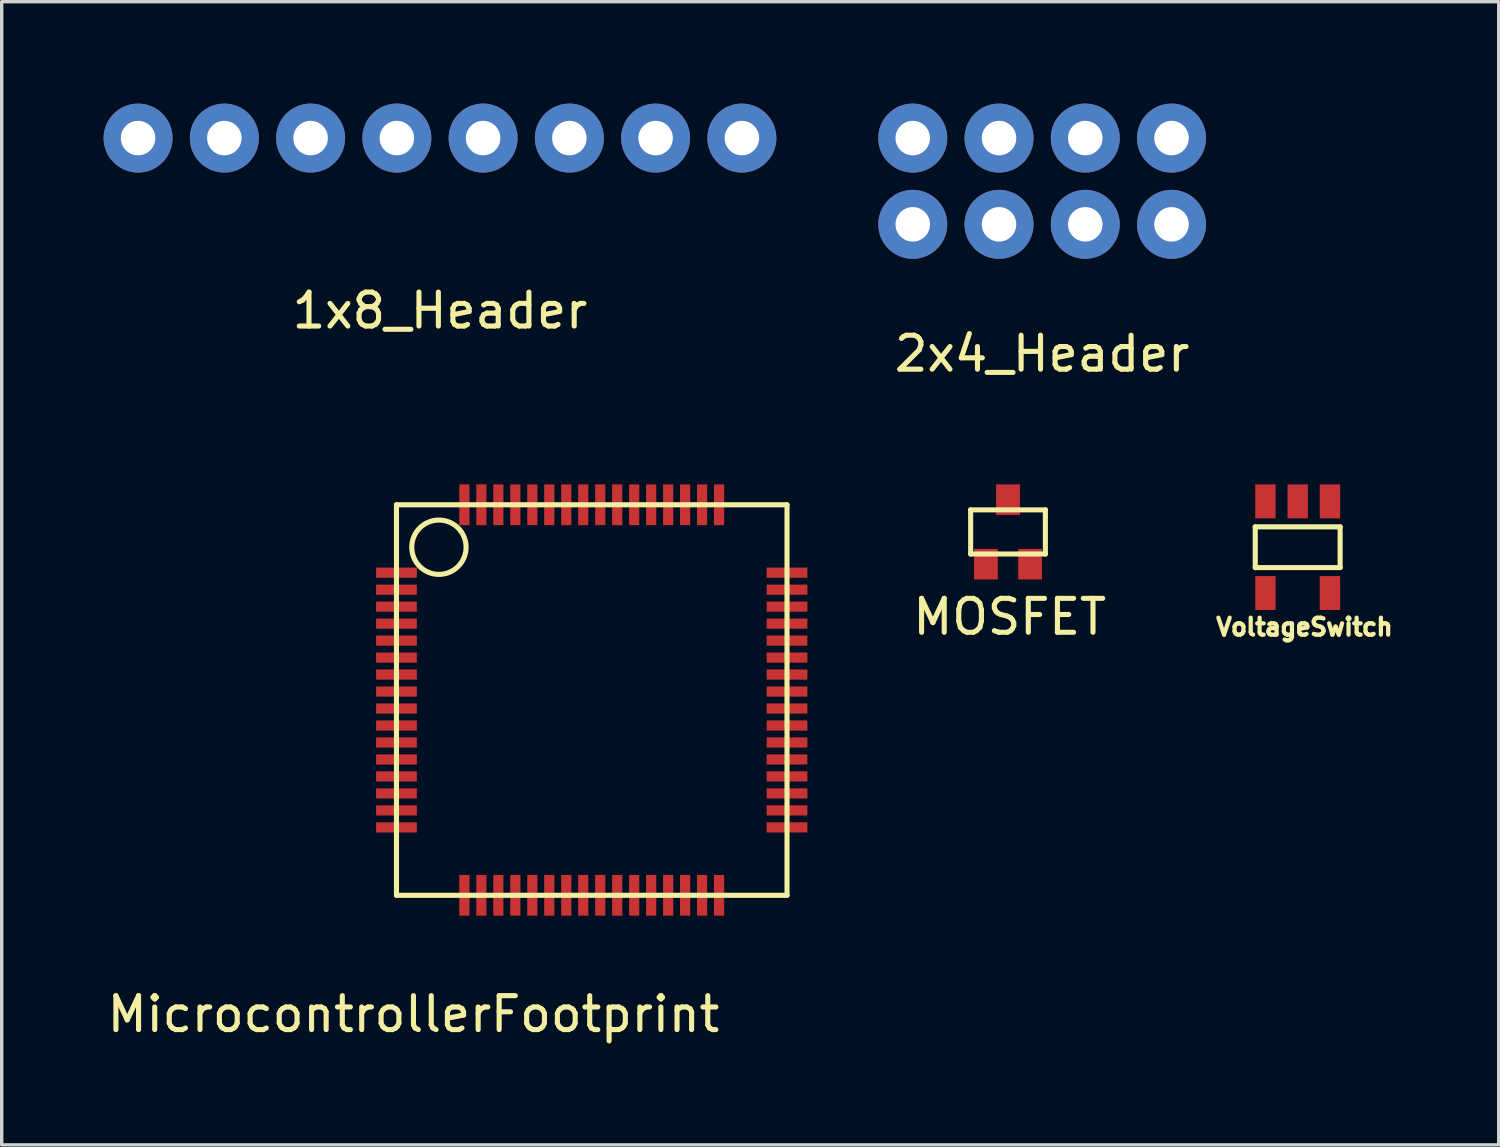
<source format=kicad_pcb>
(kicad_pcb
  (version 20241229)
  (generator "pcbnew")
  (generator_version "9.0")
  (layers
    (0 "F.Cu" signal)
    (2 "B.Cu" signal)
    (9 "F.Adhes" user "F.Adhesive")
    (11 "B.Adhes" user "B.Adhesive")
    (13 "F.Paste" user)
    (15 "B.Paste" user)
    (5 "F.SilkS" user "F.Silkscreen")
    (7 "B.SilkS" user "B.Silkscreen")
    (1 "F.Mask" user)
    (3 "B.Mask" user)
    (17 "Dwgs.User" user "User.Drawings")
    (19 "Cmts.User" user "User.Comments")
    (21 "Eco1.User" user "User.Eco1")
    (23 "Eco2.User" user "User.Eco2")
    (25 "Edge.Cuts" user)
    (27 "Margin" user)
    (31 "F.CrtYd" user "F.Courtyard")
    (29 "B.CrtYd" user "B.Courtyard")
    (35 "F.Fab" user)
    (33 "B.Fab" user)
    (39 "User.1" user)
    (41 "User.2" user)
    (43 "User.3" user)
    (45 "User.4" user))
  (footprint "2x4_Header"
    (layer "F.Cu")
    (at 27.638 2.286)
    (property "Reference" "2x4_Header" (at 0 5.08 0) (layer "F.SilkS") (effects (font (size 1 1) (thickness 0.15))))
    (attr through_hole)
    (pad "1" thru_hole circle (at -3.81 1.27) (size 2.032 2.032) (drill 1.016) (layers "*.Cu" "*.Mask"))
    (pad "2" thru_hole circle (at -1.27 1.27) (size 2.032 2.032) (drill 1.016) (layers "*.Cu" "*.Mask"))
    (pad "3" thru_hole circle (at 1.27 1.27) (size 2.032 2.032) (drill 1.016) (layers "*.Cu" "*.Mask"))
    (pad "4" thru_hole circle (at 3.81 1.27) (size 2.032 2.032) (drill 1.016) (layers "*.Cu" "*.Mask"))
    (pad "5" thru_hole circle (at -3.81 -1.27) (size 2.032 2.032) (drill 1.016) (layers "*.Cu" "*.Mask"))
    (pad "6" thru_hole circle (at -1.27 -1.27) (size 2.032 2.032) (drill 1.016) (layers "*.Cu" "*.Mask"))
    (pad "7" thru_hole circle (at 1.27 -1.27) (size 2.032 2.032) (drill 1.016) (layers "*.Cu" "*.Mask"))
    (pad "8" thru_hole circle (at 3.81 -1.27) (size 2.032 2.032) (drill 1.016) (layers "*.Cu" "*.Mask")))
  (footprint "VoltageSwitch"
    (layer "F.Cu")
    (at 35.163 14.414)
    (property "Reference" "VoltageSwitch" (at 0.2 1 0) (layer "F.SilkS") (effects (font (size 0.5 0.5) (thickness 0.125))))
    (attr through_hole)
    (fp_line (start -1.25 -1.95) (end 1.25 -1.95) (stroke (width 0.15) (type solid)) (layer "F.SilkS"))
    (fp_line (start -1.25 -0.75) (end -1.25 -1.95) (stroke (width 0.15) (type solid)) (layer "F.SilkS"))
    (fp_line (start 1.25 -1.95) (end 1.25 -0.75) (stroke (width 0.15) (type solid)) (layer "F.SilkS"))
    (fp_line (start 1.25 -0.75) (end -1.25 -0.75) (stroke (width 0.15) (type solid)) (layer "F.SilkS"))
    (pad "1" smd rect (at 0.95 -2.7) (size 0.6 1) (layers "F.Cu" "F.Mask" "F.Paste"))
    (pad "2" smd rect (at 0 -2.7) (size 0.6 1) (layers "F.Cu" "F.Mask" "F.Paste"))
    (pad "3" smd rect (at -0.95 -2.7) (size 0.6 1) (layers "F.Cu" "F.Mask" "F.Paste"))
    (pad "4" smd rect (at -0.95 0) (size 0.6 1) (layers "F.Cu" "F.Mask" "F.Paste"))
    (pad "5" smd rect (at 0.95 0) (size 0.6 1) (layers "F.Cu" "F.Mask" "F.Paste")))
  (footprint "1x8_Header"
    (layer "F.Cu")
    (at 9.906 1.016)
    (property "Reference" "1x8_Header" (at 0 5.08 0) (layer "F.SilkS") (effects (font (size 1 1) (thickness 0.15))))
    (attr through_hole)
    (pad "1" thru_hole circle (at -8.89 0) (size 2.032 2.032) (drill 1.016) (layers "*.Cu" "*.Mask"))
    (pad "2" thru_hole circle (at -6.35 0) (size 2.032 2.032) (drill 1.016) (layers "*.Cu" "*.Mask"))
    (pad "3" thru_hole circle (at -3.81 0) (size 2.032 2.032) (drill 1.016) (layers "*.Cu" "*.Mask"))
    (pad "4" thru_hole circle (at -1.27 0) (size 2.032 2.032) (drill 1.016) (layers "*.Cu" "*.Mask"))
    (pad "5" thru_hole circle (at 1.27 0) (size 2.032 2.032) (drill 1.016) (layers "*.Cu" "*.Mask"))
    (pad "6" thru_hole circle (at 3.81 0) (size 2.032 2.032) (drill 1.016) (layers "*.Cu" "*.Mask"))
    (pad "7" thru_hole circle (at 6.35 0) (size 2.032 2.032) (drill 1.016) (layers "*.Cu" "*.Mask"))
    (pad "8" thru_hole circle (at 8.89 0) (size 2.032 2.032) (drill 1.016) (layers "*.Cu" "*.Mask")))
  (footprint "MicrocontrollerFootprint"
    (layer "F.Cu")
    (at 14.375 17.564)
    (property "Reference" "MicrocontrollerFootprint" (at -5.25 9.25 0) (layer "F.SilkS") (effects (font (size 1 1) (thickness 0.15))))
    (attr through_hole)
    (fp_line (start -5.75 -5.75) (end -5.75 5.75) (stroke (width 0.15) (type solid)) (layer "F.SilkS"))
    (fp_line (start -5.75 5.75) (end 5.75 5.75) (stroke (width 0.15) (type solid)) (layer "F.SilkS"))
    (fp_line (start 5.75 -5.75) (end -5.75 -5.75) (stroke (width 0.15) (type solid)) (layer "F.SilkS"))
    (fp_line (start 5.75 5.75) (end 5.75 -5.75) (stroke (width 0.15) (type solid)) (layer "F.SilkS"))
    (fp_circle (center -4.5 -4.5) (end -4.5 -5.3) (stroke (width 0.15) (type solid)) (fill no) (layer "F.SilkS"))
    (pad "1" smd rect (at -5.75 -3.75) (size 1.2 0.3) (layers "F.Cu" "F.Mask" "F.Paste"))
    (pad "2" smd rect (at -5.75 -3.25) (size 1.2 0.3) (layers "F.Cu" "F.Mask" "F.Paste"))
    (pad "3" smd rect (at -5.75 -2.75) (size 1.2 0.3) (layers "F.Cu" "F.Mask" "F.Paste"))
    (pad "4" smd rect (at -5.75 -2.25) (size 1.2 0.3) (layers "F.Cu" "F.Mask" "F.Paste"))
    (pad "5" smd rect (at -5.75 -1.75) (size 1.2 0.3) (layers "F.Cu" "F.Mask" "F.Paste"))
    (pad "6" smd rect (at -5.75 -1.25) (size 1.2 0.3) (layers "F.Cu" "F.Mask" "F.Paste"))
    (pad "7" smd rect (at -5.75 -0.75) (size 1.2 0.3) (layers "F.Cu" "F.Mask" "F.Paste"))
    (pad "8" smd rect (at -5.75 -0.25) (size 1.2 0.3) (layers "F.Cu" "F.Mask" "F.Paste"))
    (pad "9" smd rect (at -5.75 0.25) (size 1.2 0.3) (layers "F.Cu" "F.Mask" "F.Paste"))
    (pad "10" smd rect (at -5.75 0.75) (size 1.2 0.3) (layers "F.Cu" "F.Mask" "F.Paste"))
    (pad "11" smd rect (at -5.75 1.25) (size 1.2 0.3) (layers "F.Cu" "F.Mask" "F.Paste"))
    (pad "12" smd rect (at -5.75 1.75) (size 1.2 0.3) (layers "F.Cu" "F.Mask" "F.Paste"))
    (pad "13" smd rect (at -5.75 2.25) (size 1.2 0.3) (layers "F.Cu" "F.Mask" "F.Paste"))
    (pad "14" smd rect (at -5.75 2.75) (size 1.2 0.3) (layers "F.Cu" "F.Mask" "F.Paste"))
    (pad "15" smd rect (at -5.75 3.25) (size 1.2 0.3) (layers "F.Cu" "F.Mask" "F.Paste"))
    (pad "16" smd rect (at -5.75 3.75) (size 1.2 0.3) (layers "F.Cu" "F.Mask" "F.Paste"))
    (pad "17" smd rect (at -3.75 5.75 90) (size 1.2 0.3) (layers "F.Cu" "F.Mask" "F.Paste"))
    (pad "18" smd rect (at -3.25 5.75 90) (size 1.2 0.3) (layers "F.Cu" "F.Mask" "F.Paste"))
    (pad "19" smd rect (at -2.75 5.75 90) (size 1.2 0.3) (layers "F.Cu" "F.Mask" "F.Paste"))
    (pad "20" smd rect (at -2.25 5.75 90) (size 1.2 0.3) (layers "F.Cu" "F.Mask" "F.Paste"))
    (pad "21" smd rect (at -1.75 5.75 90) (size 1.2 0.3) (layers "F.Cu" "F.Mask" "F.Paste"))
    (pad "22" smd rect (at -1.25 5.75 90) (size 1.2 0.3) (layers "F.Cu" "F.Mask" "F.Paste"))
    (pad "23" smd rect (at -0.75 5.75 90) (size 1.2 0.3) (layers "F.Cu" "F.Mask" "F.Paste"))
    (pad "24" smd rect (at -0.25 5.75 90) (size 1.2 0.3) (layers "F.Cu" "F.Mask" "F.Paste"))
    (pad "25" smd rect (at 0.25 5.75 90) (size 1.2 0.3) (layers "F.Cu" "F.Mask" "F.Paste"))
    (pad "26" smd rect (at 0.75 5.75 90) (size 1.2 0.3) (layers "F.Cu" "F.Mask" "F.Paste"))
    (pad "27" smd rect (at 1.25 5.75 90) (size 1.2 0.3) (layers "F.Cu" "F.Mask" "F.Paste"))
    (pad "28" smd rect (at 1.75 5.75 90) (size 1.2 0.3) (layers "F.Cu" "F.Mask" "F.Paste"))
    (pad "29" smd rect (at 2.25 5.75 90) (size 1.2 0.3) (layers "F.Cu" "F.Mask" "F.Paste"))
    (pad "30" smd rect (at 2.75 5.75 90) (size 1.2 0.3) (layers "F.Cu" "F.Mask" "F.Paste"))
    (pad "31" smd rect (at 3.25 5.75 90) (size 1.2 0.3) (layers "F.Cu" "F.Mask" "F.Paste"))
    (pad "32" smd rect (at 3.75 5.75 90) (size 1.2 0.3) (layers "F.Cu" "F.Mask" "F.Paste"))
    (pad "33" smd rect (at 5.75 3.75) (size 1.2 0.3) (layers "F.Cu" "F.Mask" "F.Paste"))
    (pad "34" smd rect (at 5.75 3.25) (size 1.2 0.3) (layers "F.Cu" "F.Mask" "F.Paste"))
    (pad "35" smd rect (at 5.75 2.75) (size 1.2 0.3) (layers "F.Cu" "F.Mask" "F.Paste"))
    (pad "36" smd rect (at 5.75 2.25) (size 1.2 0.3) (layers "F.Cu" "F.Mask" "F.Paste"))
    (pad "37" smd rect (at 5.75 1.75) (size 1.2 0.3) (layers "F.Cu" "F.Mask" "F.Paste"))
    (pad "38" smd rect (at 5.75 1.25) (size 1.2 0.3) (layers "F.Cu" "F.Mask" "F.Paste"))
    (pad "39" smd rect (at 5.75 0.75) (size 1.2 0.3) (layers "F.Cu" "F.Mask" "F.Paste"))
    (pad "40" smd rect (at 5.75 0.25) (size 1.2 0.3) (layers "F.Cu" "F.Mask" "F.Paste"))
    (pad "41" smd rect (at 5.75 -0.25) (size 1.2 0.3) (layers "F.Cu" "F.Mask" "F.Paste"))
    (pad "42" smd rect (at 5.75 -0.75) (size 1.2 0.3) (layers "F.Cu" "F.Mask" "F.Paste"))
    (pad "43" smd rect (at 5.75 -1.25) (size 1.2 0.3) (layers "F.Cu" "F.Mask" "F.Paste"))
    (pad "44" smd rect (at 5.75 -1.75) (size 1.2 0.3) (layers "F.Cu" "F.Mask" "F.Paste"))
    (pad "45" smd rect (at 5.75 -2.25) (size 1.2 0.3) (layers "F.Cu" "F.Mask" "F.Paste"))
    (pad "46" smd rect (at 5.75 -2.75) (size 1.2 0.3) (layers "F.Cu" "F.Mask" "F.Paste"))
    (pad "47" smd rect (at 5.75 -3.25) (size 1.2 0.3) (layers "F.Cu" "F.Mask" "F.Paste"))
    (pad "48" smd rect (at 5.75 -3.75) (size 1.2 0.3) (layers "F.Cu" "F.Mask" "F.Paste"))
    (pad "49" smd rect (at 3.75 -5.75 90) (size 1.2 0.3) (layers "F.Cu" "F.Mask" "F.Paste"))
    (pad "50" smd rect (at 3.25 -5.75 90) (size 1.2 0.3) (layers "F.Cu" "F.Mask" "F.Paste"))
    (pad "51" smd rect (at 2.75 -5.75 90) (size 1.2 0.3) (layers "F.Cu" "F.Mask" "F.Paste"))
    (pad "52" smd rect (at 2.25 -5.75 90) (size 1.2 0.3) (layers "F.Cu" "F.Mask" "F.Paste"))
    (pad "53" smd rect (at 1.75 -5.75 90) (size 1.2 0.3) (layers "F.Cu" "F.Mask" "F.Paste"))
    (pad "54" smd rect (at 1.25 -5.75 90) (size 1.2 0.3) (layers "F.Cu" "F.Mask" "F.Paste"))
    (pad "55" smd rect (at 0.75 -5.75 90) (size 1.2 0.3) (layers "F.Cu" "F.Mask" "F.Paste"))
    (pad "56" smd rect (at 0.25 -5.75 90) (size 1.2 0.3) (layers "F.Cu" "F.Mask" "F.Paste"))
    (pad "57" smd rect (at -0.25 -5.75 90) (size 1.2 0.3) (layers "F.Cu" "F.Mask" "F.Paste"))
    (pad "58" smd rect (at -0.75 -5.75 90) (size 1.2 0.3) (layers "F.Cu" "F.Mask" "F.Paste"))
    (pad "59" smd rect (at -1.25 -5.75 90) (size 1.2 0.3) (layers "F.Cu" "F.Mask" "F.Paste"))
    (pad "60" smd rect (at -1.75 -5.75 90) (size 1.2 0.3) (layers "F.Cu" "F.Mask" "F.Paste"))
    (pad "61" smd rect (at -2.25 -5.75 90) (size 1.2 0.3) (layers "F.Cu" "F.Mask" "F.Paste"))
    (pad "62" smd rect (at -2.75 -5.75 90) (size 1.2 0.3) (layers "F.Cu" "F.Mask" "F.Paste"))
    (pad "63" smd rect (at -3.25 -5.75 90) (size 1.2 0.3) (layers "F.Cu" "F.Mask" "F.Paste"))
    (pad "64" smd rect (at -3.75 -5.75 90) (size 1.2 0.3) (layers "F.Cu" "F.Mask" "F.Paste")))
  (footprint "MOSFET"
    (layer "F.Cu")
    (at 26.633 12.614)
    (property "Reference" "MOSFET" (at 0.05 2.5 0) (layer "F.SilkS") (effects (font (size 1 1) (thickness 0.15))))
    (attr through_hole)
    (fp_line (start -1.1 -0.65) (end 1.1 -0.65) (stroke (width 0.15) (type solid)) (layer "F.SilkS"))
    (fp_line (start -1.1 0.65) (end -1.1 -0.65) (stroke (width 0.15) (type solid)) (layer "F.SilkS"))
    (fp_line (start 1.1 -0.65) (end 1.1 0.65) (stroke (width 0.15) (type solid)) (layer "F.SilkS"))
    (fp_line (start 1.1 0.65) (end -1.1 0.65) (stroke (width 0.15) (type solid)) (layer "F.SilkS"))
    (pad "1" smd rect (at -0.65 0.95) (size 0.7 0.9) (layers "F.Cu" "F.Mask" "F.Paste"))
    (pad "2" smd rect (at 0.65 0.95) (size 0.7 0.9) (layers "F.Cu" "F.Mask" "F.Paste"))
    (pad "3" smd rect (at 0 -0.95) (size 0.7 0.9) (layers "F.Cu" "F.Mask" "F.Paste")))
  (gr_rect
    (start -3 -3)
    (end 41.083 30.663)
    (stroke (width 0.1) (type default))
    (fill no)
    (layer "Edge.Cuts")))
</source>
